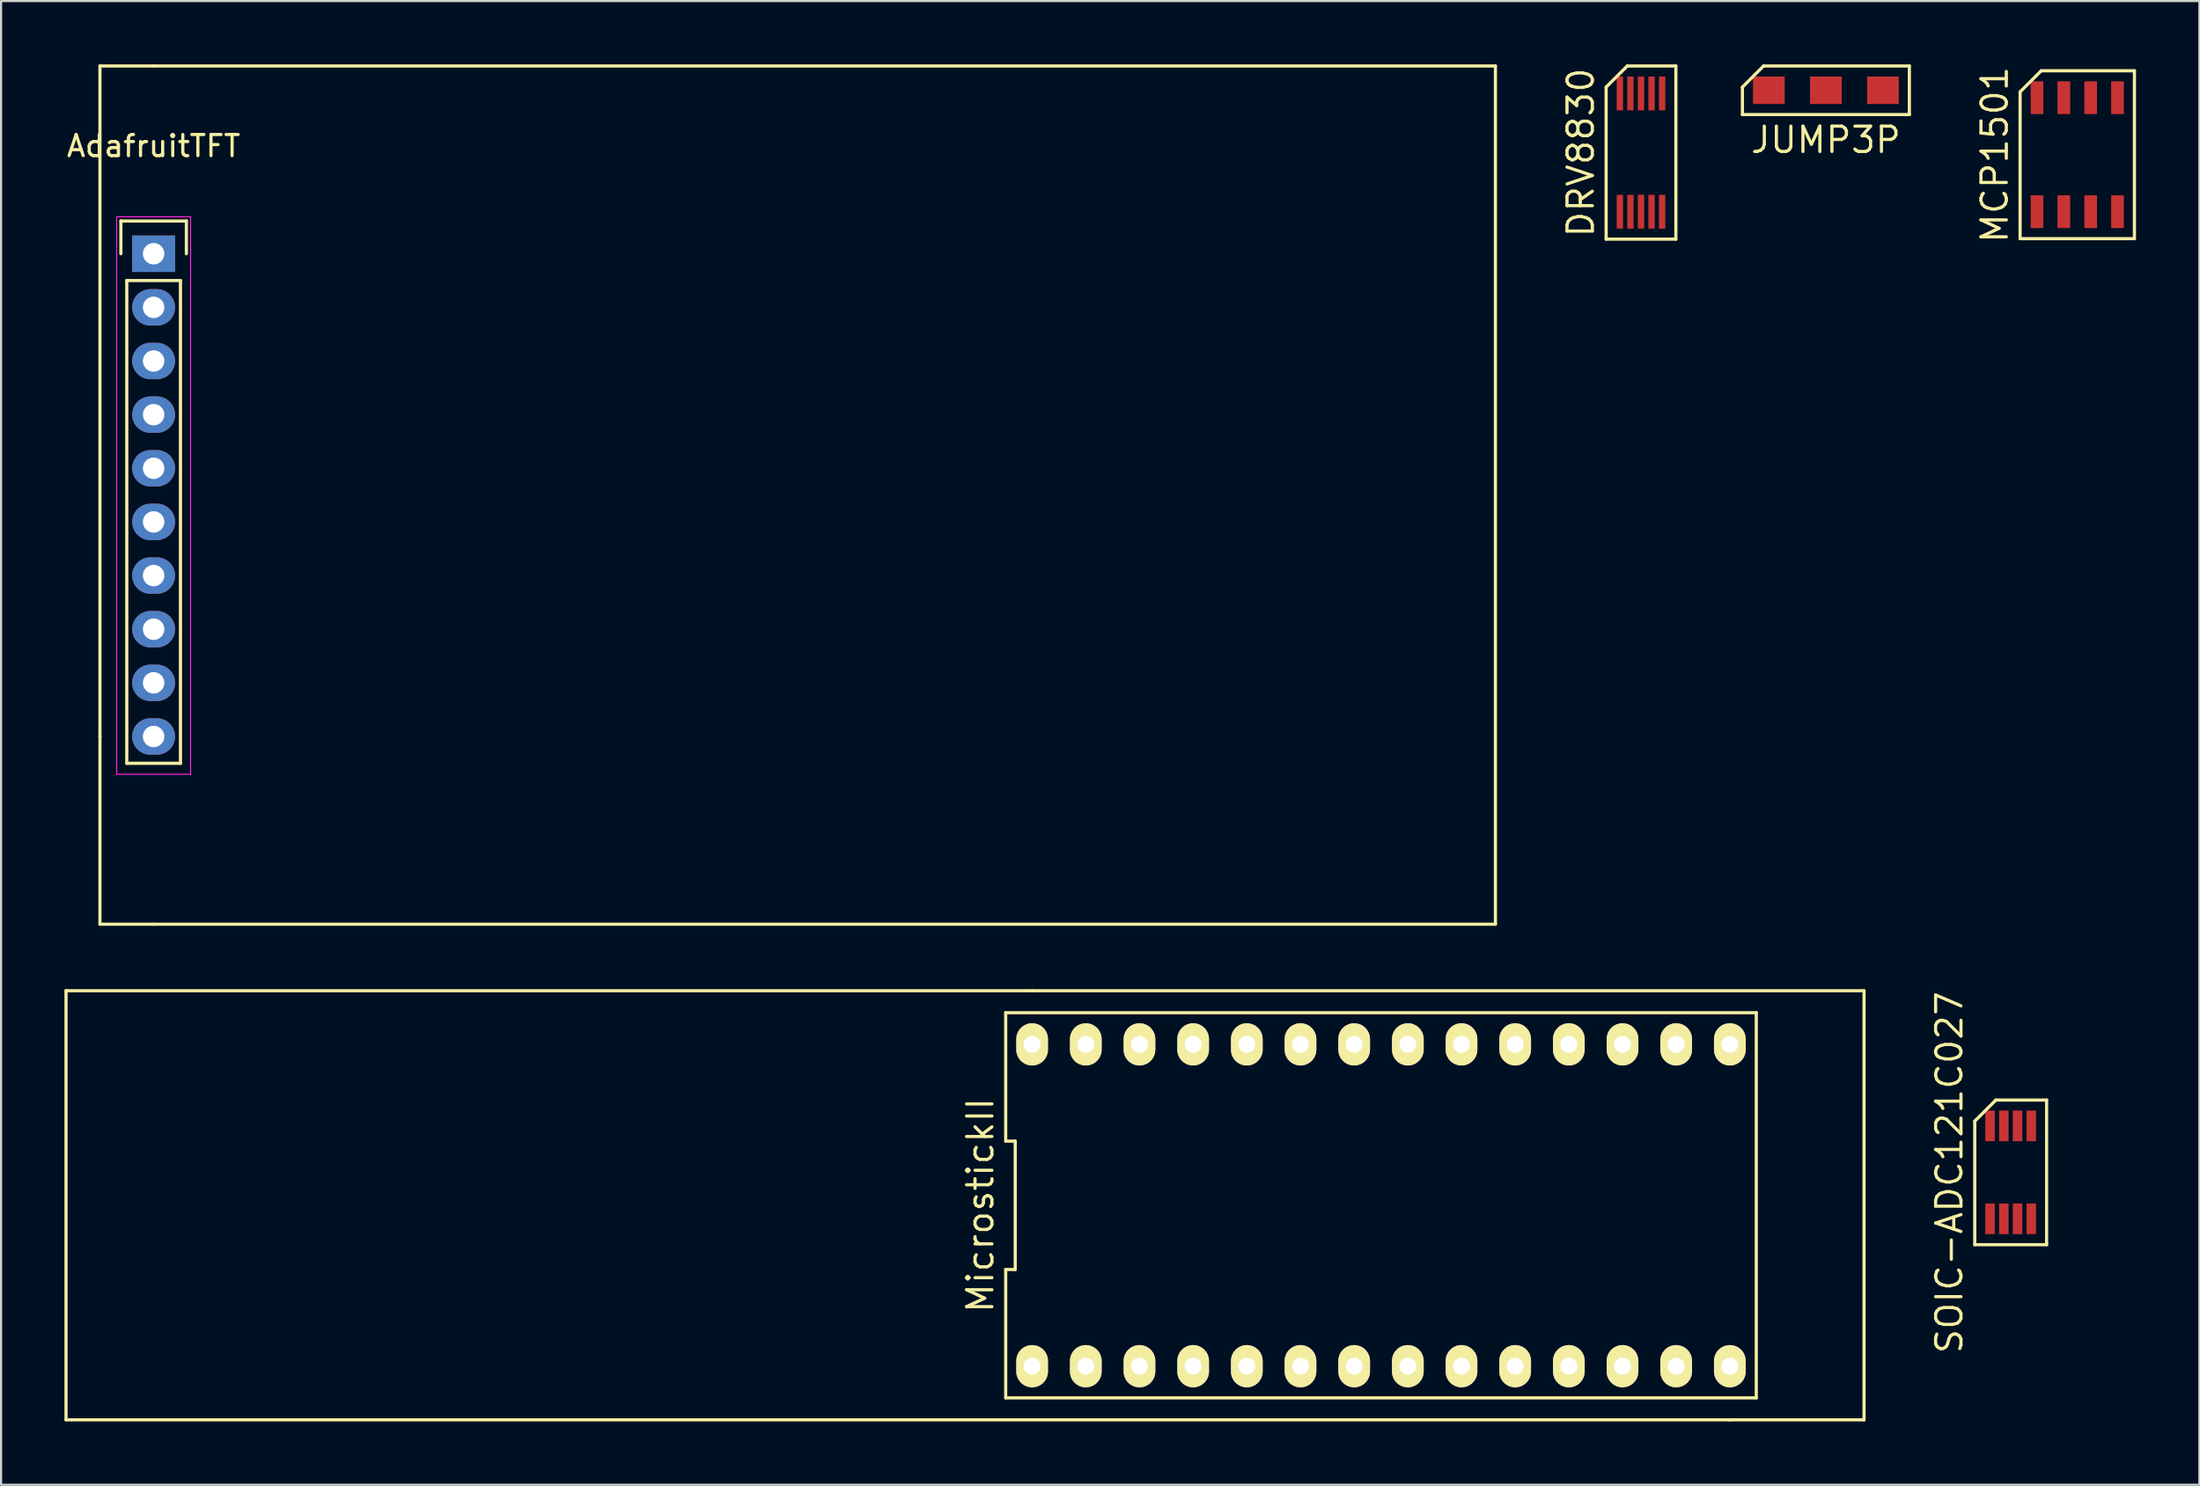
<source format=kicad_pcb>
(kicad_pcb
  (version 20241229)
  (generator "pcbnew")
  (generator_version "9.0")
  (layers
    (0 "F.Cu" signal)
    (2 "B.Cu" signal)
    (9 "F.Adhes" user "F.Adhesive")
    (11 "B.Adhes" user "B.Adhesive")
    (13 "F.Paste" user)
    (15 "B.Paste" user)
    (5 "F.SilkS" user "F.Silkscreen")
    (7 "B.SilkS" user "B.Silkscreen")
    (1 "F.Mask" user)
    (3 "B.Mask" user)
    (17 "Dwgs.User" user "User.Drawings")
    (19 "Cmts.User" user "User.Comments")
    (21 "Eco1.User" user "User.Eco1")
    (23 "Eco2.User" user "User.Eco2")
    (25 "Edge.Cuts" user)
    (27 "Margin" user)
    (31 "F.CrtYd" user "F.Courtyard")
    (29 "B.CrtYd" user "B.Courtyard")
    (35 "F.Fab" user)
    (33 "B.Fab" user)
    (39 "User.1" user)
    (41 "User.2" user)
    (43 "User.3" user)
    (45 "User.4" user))
  (footprint "JUMP3P"
    (layer "F.Cu")
    (at 83.36 1.225)
    (property "Reference" "JUMP3P" (at 0 2.35 0) (layer "F.SilkS") (effects (font (size 1.2 1.2) (thickness 0.15))))
    (attr through_hole)
    (fp_line (start -3.95 -0.15) (end -3.95 1.15) (stroke (width 0.15) (type solid)) (layer "F.SilkS"))
    (fp_line (start -3.95 1.15) (end 3.95 1.15) (stroke (width 0.15) (type solid)) (layer "F.SilkS"))
    (fp_line (start -2.95 -1.15) (end -3.95 -0.15) (stroke (width 0.15) (type solid)) (layer "F.SilkS"))
    (fp_line (start 3.95 -1.15) (end -2.95 -1.15) (stroke (width 0.15) (type solid)) (layer "F.SilkS"))
    (fp_line (start 3.95 1.15) (end 3.95 -1.15) (stroke (width 0.15) (type solid)) (layer "F.SilkS"))
    (pad "1" smd rect (at -2.7 0) (size 1.5 1.3) (layers "F.Cu" "F.Mask" "F.Paste"))
    (pad "2" smd rect (at 0 0) (size 1.5 1.3) (layers "F.Cu" "F.Mask" "F.Paste"))
    (pad "3" smd rect (at 2.7 0) (size 1.5 1.3) (layers "F.Cu" "F.Mask" "F.Paste")))
  (footprint "AdafruitTFT"
    (layer "F.Cu")
    (at 4.22 8.965)
    (property "Reference" "AdafruitTFT" (at 0 -5.1 0) (layer "F.SilkS") (effects (font (size 1 1) (thickness 0.15))))
    (attr through_hole)
    (fp_line (start -2.54 -8.89) (end -2.54 22.86) (stroke (width 0.15) (type solid)) (layer "F.SilkS"))
    (fp_line (start -2.54 22.86) (end -2.54 31.75) (stroke (width 0.15) (type solid)) (layer "F.SilkS"))
    (fp_line (start -2.54 31.75) (end 0 31.75) (stroke (width 0.15) (type solid)) (layer "F.SilkS"))
    (fp_line (start -1.55 -1.55) (end 1.55 -1.55) (stroke (width 0.15) (type solid)) (layer "F.SilkS"))
    (fp_line (start -1.55 0) (end -1.55 -1.55) (stroke (width 0.15) (type solid)) (layer "F.SilkS"))
    (fp_line (start -1.27 24.13) (end -1.27 1.27) (stroke (width 0.15) (type solid)) (layer "F.SilkS"))
    (fp_line (start 0 -8.89) (end -2.54 -8.89) (stroke (width 0.15) (type solid)) (layer "F.SilkS"))
    (fp_line (start 0 -8.89) (end 63.5 -8.89) (stroke (width 0.15) (type solid)) (layer "F.SilkS"))
    (fp_line (start 1.27 1.27) (end -1.27 1.27) (stroke (width 0.15) (type solid)) (layer "F.SilkS"))
    (fp_line (start 1.27 1.27) (end 1.27 24.13) (stroke (width 0.15) (type solid)) (layer "F.SilkS"))
    (fp_line (start 1.27 24.13) (end -1.27 24.13) (stroke (width 0.15) (type solid)) (layer "F.SilkS"))
    (fp_line (start 1.55 -1.55) (end 1.55 0) (stroke (width 0.15) (type solid)) (layer "F.SilkS"))
    (fp_line (start 63.5 -8.89) (end 63.5 31.75) (stroke (width 0.15) (type solid)) (layer "F.SilkS"))
    (fp_line (start 63.5 31.75) (end 0 31.75) (stroke (width 0.15) (type solid)) (layer "F.SilkS"))
    (fp_line (start -1.75 -1.75) (end -1.75 24.65) (stroke (width 0.05) (type solid)) (layer "F.CrtYd"))
    (fp_line (start -1.75 -1.75) (end 1.75 -1.75) (stroke (width 0.05) (type solid)) (layer "F.CrtYd"))
    (fp_line (start -1.75 24.65) (end 1.75 24.65) (stroke (width 0.05) (type solid)) (layer "F.CrtYd"))
    (fp_line (start 1.75 -1.75) (end 1.75 24.65) (stroke (width 0.05) (type solid)) (layer "F.CrtYd"))
    (pad "1" thru_hole rect (at 0 0) (size 2.032 1.727) (drill 1.016) (layers "*.Cu" "*.Mask"))
    (pad "2" thru_hole oval (at 0 2.54) (size 2.032 1.727) (drill 1.016) (layers "*.Cu" "*.Mask"))
    (pad "3" thru_hole oval (at 0 5.08) (size 2.032 1.727) (drill 1.016) (layers "*.Cu" "*.Mask"))
    (pad "4" thru_hole oval (at 0 7.62) (size 2.032 1.727) (drill 1.016) (layers "*.Cu" "*.Mask"))
    (pad "5" thru_hole oval (at 0 10.16) (size 2.032 1.727) (drill 1.016) (layers "*.Cu" "*.Mask"))
    (pad "6" thru_hole oval (at 0 12.7) (size 2.032 1.727) (drill 1.016) (layers "*.Cu" "*.Mask"))
    (pad "7" thru_hole oval (at 0 15.24) (size 2.032 1.727) (drill 1.016) (layers "*.Cu" "*.Mask"))
    (pad "8" thru_hole oval (at 0 17.78) (size 2.032 1.727) (drill 1.016) (layers "*.Cu" "*.Mask"))
    (pad "9" thru_hole oval (at 0 20.32) (size 2.032 1.727) (drill 1.016) (layers "*.Cu" "*.Mask"))
    (pad "10" thru_hole oval (at 0 22.86) (size 2.032 1.727) (drill 1.016) (layers "*.Cu" "*.Mask")))
  (footprint "DRV8830"
    (layer "F.Cu")
    (at 74.61 4.175)
    (property "Reference" "DRV8830" (at -2.85 0 90) (layer "F.SilkS") (effects (font (size 1.2 1.2) (thickness 0.15))))
    (attr through_hole)
    (fp_line (start -1.65 -3.1) (end -1.65 4.1) (stroke (width 0.15) (type solid)) (layer "F.SilkS"))
    (fp_line (start -1.65 4.1) (end 1.65 4.1) (stroke (width 0.15) (type solid)) (layer "F.SilkS"))
    (fp_line (start -0.65 -4.1) (end -1.65 -3.1) (stroke (width 0.15) (type solid)) (layer "F.SilkS"))
    (fp_line (start 1.65 -4.1) (end -0.65 -4.1) (stroke (width 0.15) (type solid)) (layer "F.SilkS"))
    (fp_line (start 1.65 4.1) (end 1.65 -4.1) (stroke (width 0.15) (type solid)) (layer "F.SilkS"))
    (pad "1" smd rect (at -1 2.8) (size 0.3 1.6) (layers "F.Cu" "F.Mask" "F.Paste"))
    (pad "2" smd rect (at -0.5 2.8) (size 0.3 1.6) (layers "F.Cu" "F.Mask" "F.Paste"))
    (pad "3" smd rect (at 0 2.8) (size 0.3 1.6) (layers "F.Cu" "F.Mask" "F.Paste"))
    (pad "4" smd rect (at 0.5 2.8) (size 0.3 1.6) (layers "F.Cu" "F.Mask" "F.Paste"))
    (pad "5" smd rect (at 1 2.8) (size 0.3 1.6) (layers "F.Cu" "F.Mask" "F.Paste"))
    (pad "6" smd rect (at 1 -2.8) (size 0.3 1.6) (layers "F.Cu" "F.Mask" "F.Paste"))
    (pad "7" smd rect (at 0.5 -2.8) (size 0.3 1.6) (layers "F.Cu" "F.Mask" "F.Paste"))
    (pad "8" smd rect (at 0 -2.8) (size 0.3 1.6) (layers "F.Cu" "F.Mask" "F.Paste"))
    (pad "9" smd rect (at -0.5 -2.8) (size 0.3 1.6) (layers "F.Cu" "F.Mask" "F.Paste"))
    (pad "10" smd rect (at -1 -2.8) (size 0.3 1.6) (layers "F.Cu" "F.Mask" "F.Paste")))
  (footprint "SOIC-ADC121C027"
    (layer "F.Cu")
    (at 92.105 52.466)
    (property "Reference" "SOIC-ADC121C027" (at -2.9 0 90) (layer "F.SilkS") (effects (font (size 1.2 1.2) (thickness 0.15))))
    (attr through_hole)
    (fp_line (start -1.7 -2.425) (end -1.7 3.425) (stroke (width 0.15) (type solid)) (layer "F.SilkS"))
    (fp_line (start -1.7 3.425) (end 1.7 3.425) (stroke (width 0.15) (type solid)) (layer "F.SilkS"))
    (fp_line (start -0.7 -3.425) (end -1.7 -2.425) (stroke (width 0.15) (type solid)) (layer "F.SilkS"))
    (fp_line (start 1.7 -3.425) (end -0.7 -3.425) (stroke (width 0.15) (type solid)) (layer "F.SilkS"))
    (fp_line (start 1.7 3.425) (end 1.7 -3.425) (stroke (width 0.15) (type solid)) (layer "F.SilkS"))
    (pad "1" smd rect (at -0.975 2.2) (size 0.45 1.45) (layers "F.Cu" "F.Mask" "F.Paste"))
    (pad "2" smd rect (at -0.325 2.2) (size 0.45 1.45) (layers "F.Cu" "F.Mask" "F.Paste"))
    (pad "3" smd rect (at 0.325 2.2) (size 0.45 1.45) (layers "F.Cu" "F.Mask" "F.Paste"))
    (pad "4" smd rect (at 0.975 2.2) (size 0.45 1.45) (layers "F.Cu" "F.Mask" "F.Paste"))
    (pad "5" smd rect (at 0.975 -2.2) (size 0.45 1.45) (layers "F.Cu" "F.Mask" "F.Paste"))
    (pad "6" smd rect (at 0.325 -2.2) (size 0.45 1.45) (layers "F.Cu" "F.Mask" "F.Paste"))
    (pad "7" smd rect (at -0.325 -2.2) (size 0.45 1.45) (layers "F.Cu" "F.Mask" "F.Paste"))
    (pad "8" smd rect (at -0.975 -2.2) (size 0.45 1.45) (layers "F.Cu" "F.Mask" "F.Paste")))
  (footprint "MicrostickII"
    (layer "F.Cu")
    (at 62.305 54.025)
    (property "Reference" "MicrostickII" (at -18.96 0 90) (layer "F.SilkS") (effects (font (size 1.2 1.2) (thickness 0.15))))
    (attr through_hole)
    (fp_line (start -62.23 -10.16) (end -62.23 10.16) (stroke (width 0.15) (type solid)) (layer "F.SilkS"))
    (fp_line (start -62.23 10.16) (end 16.51 10.16) (stroke (width 0.15) (type solid)) (layer "F.SilkS"))
    (fp_line (start -17.76 -9.12) (end -17.76 -3.04) (stroke (width 0.15) (type solid)) (layer "F.SilkS"))
    (fp_line (start -17.76 -3.04) (end -17.31 -3.04) (stroke (width 0.15) (type solid)) (layer "F.SilkS"))
    (fp_line (start -17.76 3.04) (end -17.76 9.12) (stroke (width 0.15) (type solid)) (layer "F.SilkS"))
    (fp_line (start -17.76 9.12) (end 17.76 9.12) (stroke (width 0.15) (type solid)) (layer "F.SilkS"))
    (fp_line (start -17.31 -3.04) (end -17.31 3.04) (stroke (width 0.15) (type solid)) (layer "F.SilkS"))
    (fp_line (start -17.31 3.04) (end -17.76 3.04) (stroke (width 0.15) (type solid)) (layer "F.SilkS"))
    (fp_line (start -16.51 -10.16) (end -62.23 -10.16) (stroke (width 0.15) (type solid)) (layer "F.SilkS"))
    (fp_line (start 16.51 10.16) (end 22.86 10.16) (stroke (width 0.15) (type solid)) (layer "F.SilkS"))
    (fp_line (start 17.76 -9.12) (end -17.76 -9.12) (stroke (width 0.15) (type solid)) (layer "F.SilkS"))
    (fp_line (start 17.76 9.12) (end 17.76 -9.12) (stroke (width 0.15) (type solid)) (layer "F.SilkS"))
    (fp_line (start 22.86 -10.16) (end -16.51 -10.16) (stroke (width 0.15) (type solid)) (layer "F.SilkS"))
    (fp_line (start 22.86 10.16) (end 22.86 -10.16) (stroke (width 0.15) (type solid)) (layer "F.SilkS"))
    (pad "1" thru_hole oval (at -16.51 7.62) (size 1.5 2) (drill 0.8) (layers "*.Cu" "*.Mask" "F.SilkS"))
    (pad "2" thru_hole oval (at -13.97 7.62) (size 1.5 2) (drill 0.8) (layers "*.Cu" "*.Mask" "F.SilkS"))
    (pad "3" thru_hole oval (at -11.43 7.62) (size 1.5 2) (drill 0.8) (layers "*.Cu" "*.Mask" "F.SilkS"))
    (pad "4" thru_hole oval (at -8.89 7.62) (size 1.5 2) (drill 0.8) (layers "*.Cu" "*.Mask" "F.SilkS"))
    (pad "5" thru_hole oval (at -6.35 7.62) (size 1.5 2) (drill 0.8) (layers "*.Cu" "*.Mask" "F.SilkS"))
    (pad "6" thru_hole oval (at -3.81 7.62) (size 1.5 2) (drill 0.8) (layers "*.Cu" "*.Mask" "F.SilkS"))
    (pad "7" thru_hole oval (at -1.27 7.62) (size 1.5 2) (drill 0.8) (layers "*.Cu" "*.Mask" "F.SilkS"))
    (pad "8" thru_hole oval (at 1.27 7.62) (size 1.5 2) (drill 0.8) (layers "*.Cu" "*.Mask" "F.SilkS"))
    (pad "9" thru_hole oval (at 3.81 7.62) (size 1.5 2) (drill 0.8) (layers "*.Cu" "*.Mask" "F.SilkS"))
    (pad "10" thru_hole oval (at 6.35 7.62) (size 1.5 2) (drill 0.8) (layers "*.Cu" "*.Mask" "F.SilkS"))
    (pad "11" thru_hole oval (at 8.89 7.62) (size 1.5 2) (drill 0.8) (layers "*.Cu" "*.Mask" "F.SilkS"))
    (pad "12" thru_hole oval (at 11.43 7.62) (size 1.5 2) (drill 0.8) (layers "*.Cu" "*.Mask" "F.SilkS"))
    (pad "13" thru_hole oval (at 13.97 7.62) (size 1.5 2) (drill 0.8) (layers "*.Cu" "*.Mask" "F.SilkS"))
    (pad "14" thru_hole oval (at 16.51 7.62) (size 1.5 2) (drill 0.8) (layers "*.Cu" "*.Mask" "F.SilkS"))
    (pad "15" thru_hole oval (at 16.51 -7.62) (size 1.5 2) (drill 0.8) (layers "*.Cu" "*.Mask" "F.SilkS"))
    (pad "16" thru_hole oval (at 13.97 -7.62) (size 1.5 2) (drill 0.8) (layers "*.Cu" "*.Mask" "F.SilkS"))
    (pad "17" thru_hole oval (at 11.43 -7.62) (size 1.5 2) (drill 0.8) (layers "*.Cu" "*.Mask" "F.SilkS"))
    (pad "18" thru_hole oval (at 8.89 -7.62) (size 1.5 2) (drill 0.8) (layers "*.Cu" "*.Mask" "F.SilkS"))
    (pad "19" thru_hole oval (at 6.35 -7.62) (size 1.5 2) (drill 0.8) (layers "*.Cu" "*.Mask" "F.SilkS"))
    (pad "20" thru_hole oval (at 3.81 -7.62) (size 1.5 2) (drill 0.8) (layers "*.Cu" "*.Mask" "F.SilkS"))
    (pad "21" thru_hole oval (at 1.27 -7.62) (size 1.5 2) (drill 0.8) (layers "*.Cu" "*.Mask" "F.SilkS"))
    (pad "22" thru_hole oval (at -1.27 -7.62) (size 1.5 2) (drill 0.8) (layers "*.Cu" "*.Mask" "F.SilkS"))
    (pad "23" thru_hole oval (at -3.81 -7.62) (size 1.5 2) (drill 0.8) (layers "*.Cu" "*.Mask" "F.SilkS"))
    (pad "24" thru_hole oval (at -6.35 -7.62) (size 1.5 2) (drill 0.8) (layers "*.Cu" "*.Mask" "F.SilkS"))
    (pad "25" thru_hole oval (at -8.89 -7.62) (size 1.5 2) (drill 0.8) (layers "*.Cu" "*.Mask" "F.SilkS"))
    (pad "26" thru_hole oval (at -11.43 -7.62) (size 1.5 2) (drill 0.8) (layers "*.Cu" "*.Mask" "F.SilkS"))
    (pad "27" thru_hole oval (at -13.97 -7.62) (size 1.5 2) (drill 0.8) (layers "*.Cu" "*.Mask" "F.SilkS"))
    (pad "28" thru_hole oval (at -16.51 -7.62) (size 1.5 2) (drill 0.8) (layers "*.Cu" "*.Mask" "F.SilkS")))
  (footprint "MCP1501"
    (layer "F.Cu")
    (at 95.256 4.276)
    (property "Reference" "MCP1501" (at -3.905 0 90) (layer "F.SilkS") (effects (font (size 1.2 1.2) (thickness 0.15))))
    (attr through_hole)
    (fp_line (start -2.705 -2.975) (end -2.705 3.975) (stroke (width 0.15) (type solid)) (layer "F.SilkS"))
    (fp_line (start -2.705 3.975) (end 2.705 3.975) (stroke (width 0.15) (type solid)) (layer "F.SilkS"))
    (fp_line (start -1.705 -3.975) (end -2.705 -2.975) (stroke (width 0.15) (type solid)) (layer "F.SilkS"))
    (fp_line (start 2.705 -3.975) (end -1.705 -3.975) (stroke (width 0.15) (type solid)) (layer "F.SilkS"))
    (fp_line (start 2.705 3.975) (end 2.705 -3.975) (stroke (width 0.15) (type solid)) (layer "F.SilkS"))
    (pad "1" smd rect (at -1.905 2.7) (size 0.6 1.55) (layers "F.Cu" "F.Mask" "F.Paste"))
    (pad "2" smd rect (at -0.635 2.7) (size 0.6 1.55) (layers "F.Cu" "F.Mask" "F.Paste"))
    (pad "3" smd rect (at 0.635 2.7) (size 0.6 1.55) (layers "F.Cu" "F.Mask" "F.Paste"))
    (pad "4" smd rect (at 1.905 2.7) (size 0.6 1.55) (layers "F.Cu" "F.Mask" "F.Paste"))
    (pad "5" smd rect (at 1.905 -2.7) (size 0.6 1.55) (layers "F.Cu" "F.Mask" "F.Paste"))
    (pad "6" smd rect (at 0.635 -2.7) (size 0.6 1.55) (layers "F.Cu" "F.Mask" "F.Paste"))
    (pad "7" smd rect (at -0.635 -2.7) (size 0.6 1.55) (layers "F.Cu" "F.Mask" "F.Paste"))
    (pad "8" smd rect (at -1.905 -2.7) (size 0.6 1.55) (layers "F.Cu" "F.Mask" "F.Paste")))
  (gr_rect
    (start -3 -3)
    (end 101.036 67.26)
    (stroke (width 0.1) (type default))
    (fill no)
    (layer "Edge.Cuts")))
</source>
